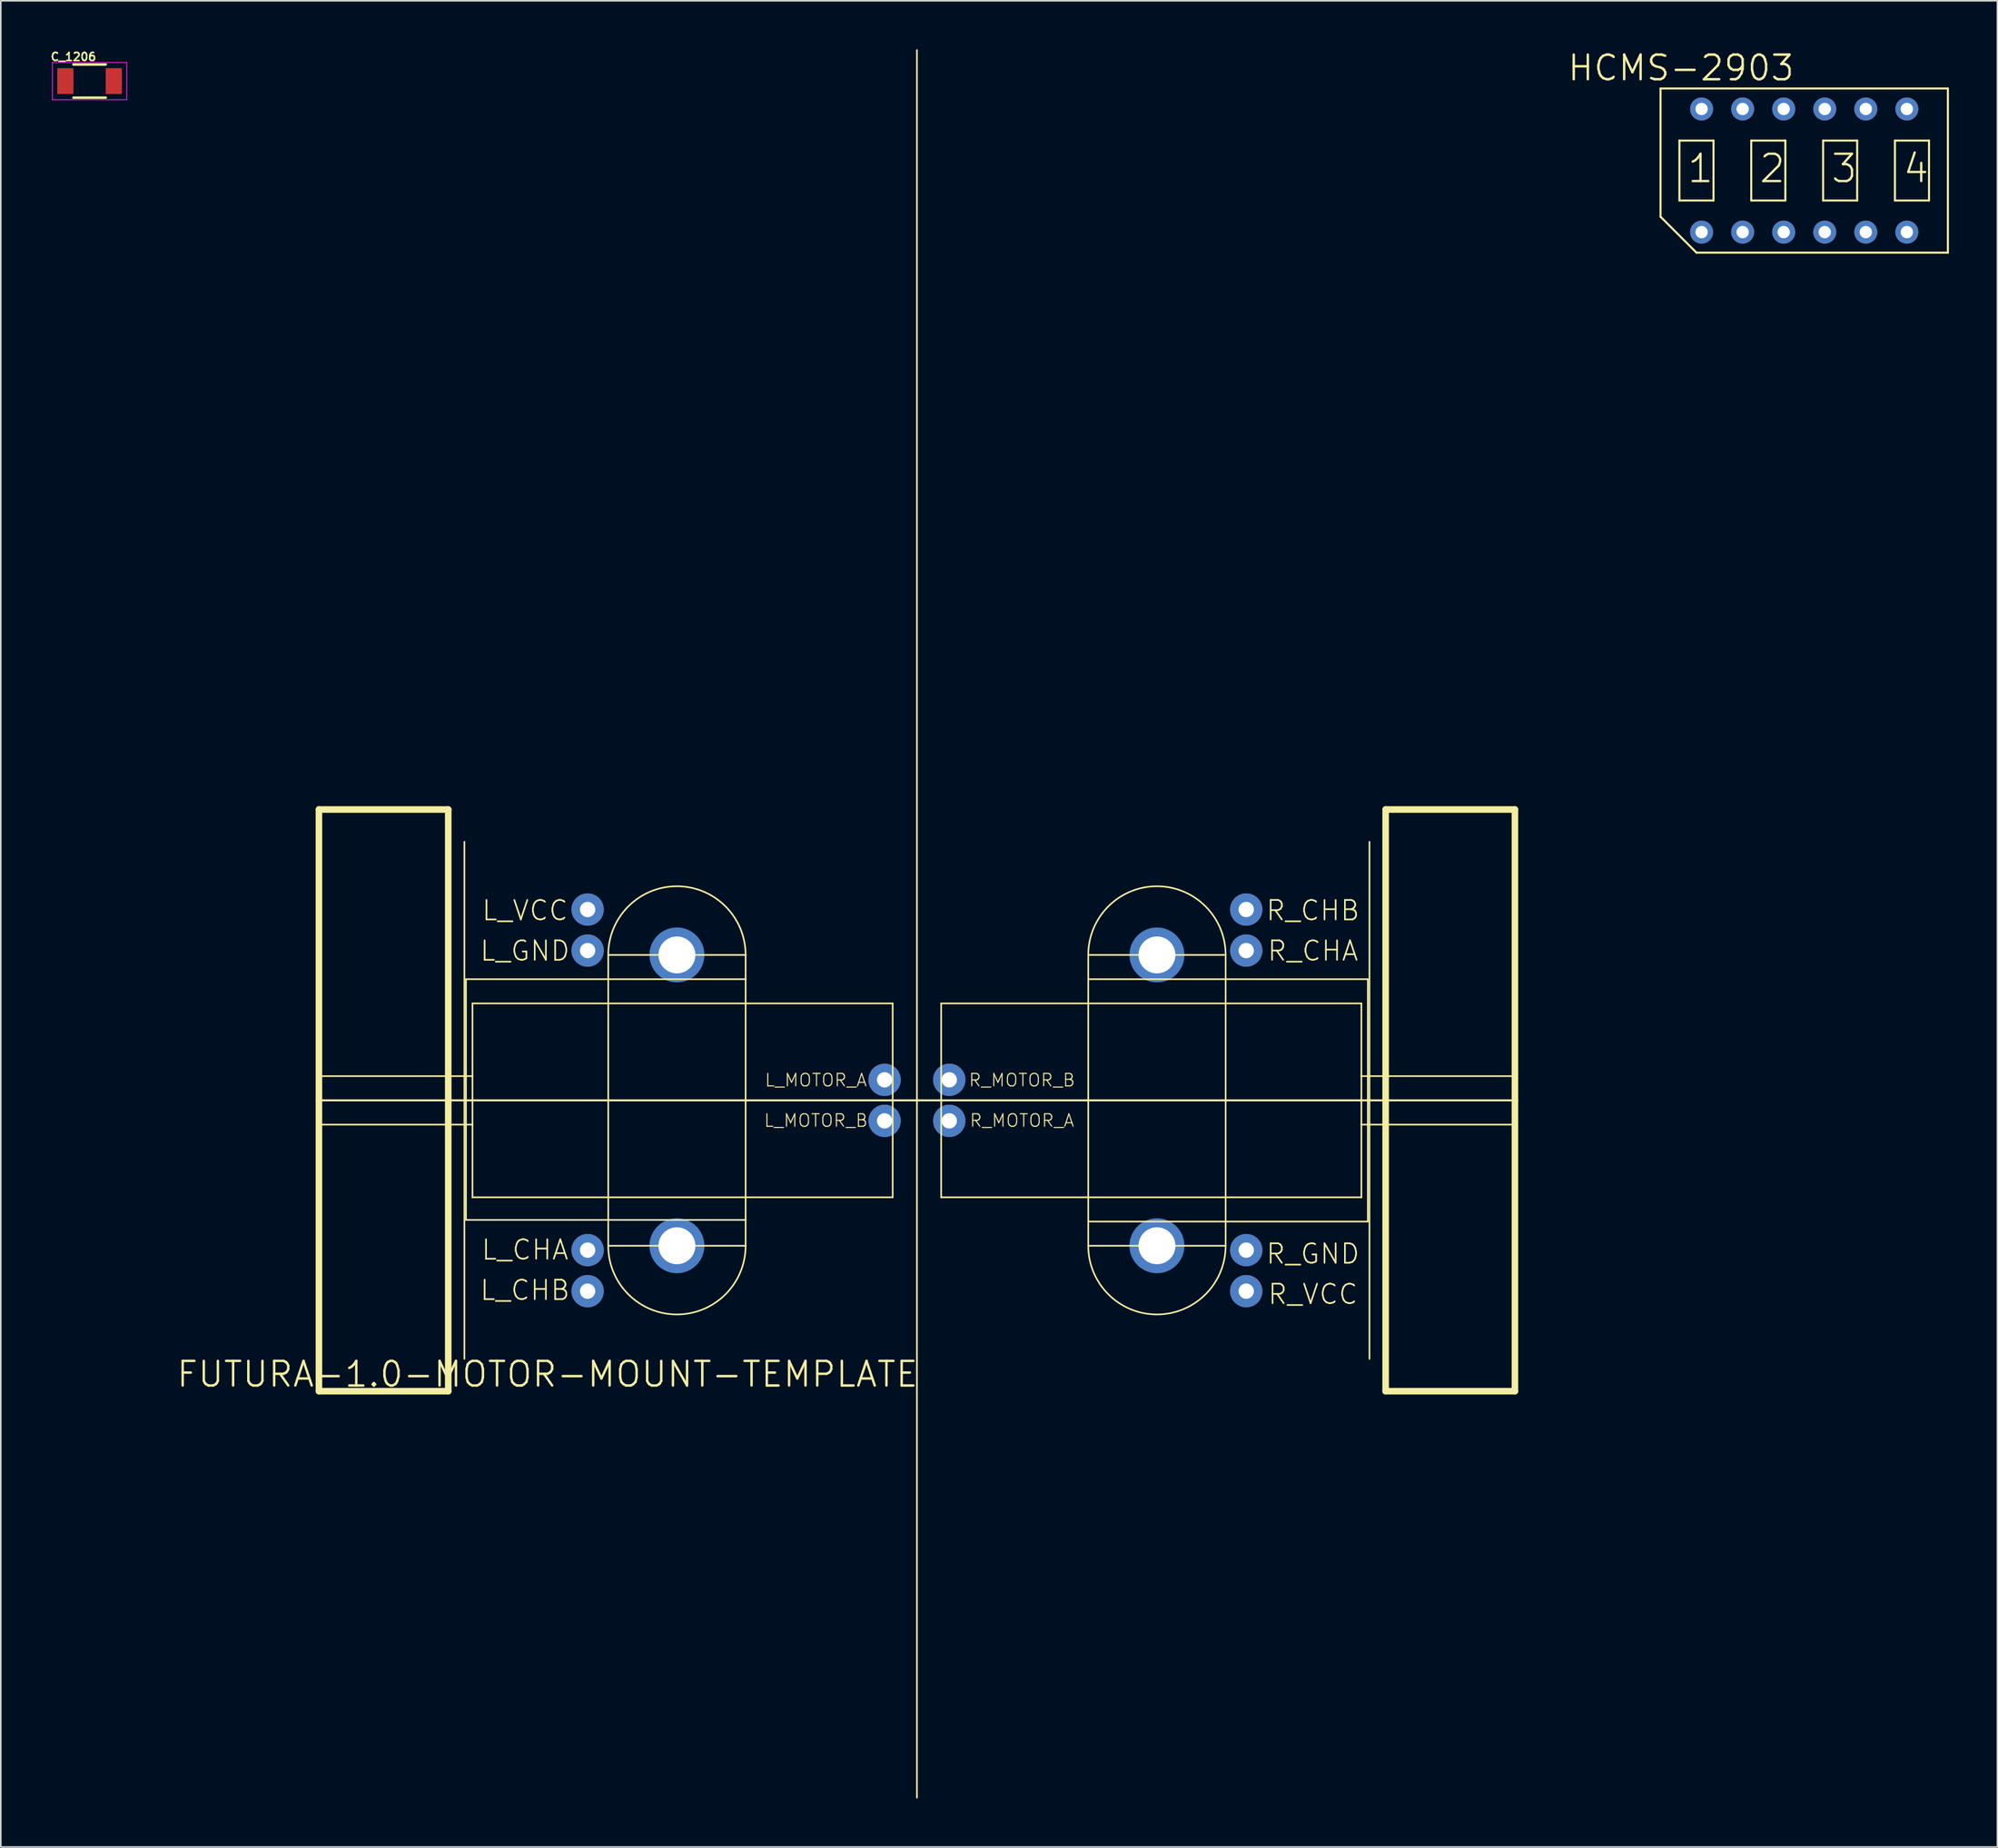
<source format=kicad_pcb>
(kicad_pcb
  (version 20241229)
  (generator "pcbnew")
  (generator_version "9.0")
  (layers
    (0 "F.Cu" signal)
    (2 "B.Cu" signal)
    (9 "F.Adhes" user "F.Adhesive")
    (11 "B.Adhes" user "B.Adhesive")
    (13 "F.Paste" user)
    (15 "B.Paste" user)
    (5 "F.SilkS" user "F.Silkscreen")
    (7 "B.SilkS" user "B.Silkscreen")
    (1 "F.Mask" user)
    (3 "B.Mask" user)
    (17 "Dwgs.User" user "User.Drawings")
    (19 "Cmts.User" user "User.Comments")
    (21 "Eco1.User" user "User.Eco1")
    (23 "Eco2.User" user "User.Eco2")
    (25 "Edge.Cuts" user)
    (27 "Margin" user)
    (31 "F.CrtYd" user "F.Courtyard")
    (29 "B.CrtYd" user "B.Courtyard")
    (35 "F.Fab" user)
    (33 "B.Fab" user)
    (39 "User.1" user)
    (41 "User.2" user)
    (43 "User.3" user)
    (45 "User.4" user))
  (footprint "C_1206"
    (layer "F.Cu")
    (at 2.493 1.968)
    (property "Reference" "C_1206" (at -1 -1.5 0) (layer "F.SilkS") (effects (font (size 0.5 0.5) (thickness 0.1))))
    (attr smd)
    (fp_line (start -1 1.025) (end 1 1.025) (stroke (width 0.15) (type solid)) (layer "F.SilkS"))
    (fp_line (start 1 -1.025) (end -1 -1.025) (stroke (width 0.15) (type solid)) (layer "F.SilkS"))
    (fp_line (start -2.3 -1.15) (end -2.3 1.15) (stroke (width 0.05) (type solid)) (layer "F.CrtYd"))
    (fp_line (start -2.3 -1.15) (end 2.3 -1.15) (stroke (width 0.05) (type solid)) (layer "F.CrtYd"))
    (fp_line (start -2.3 1.15) (end 2.3 1.15) (stroke (width 0.05) (type solid)) (layer "F.CrtYd"))
    (fp_line (start 2.3 -1.15) (end 2.3 1.15) (stroke (width 0.05) (type solid)) (layer "F.CrtYd"))
    (pad "1" smd rect (at -1.5 0) (size 1 1.6) (layers "F.Cu" "F.Mask" "F.Paste"))
    (pad "2" smd rect (at 1.5 0) (size 1 1.6) (layers "F.Cu" "F.Mask" "F.Paste")))
  (footprint "FUTURA-1.0-MOTOR-MOUNT-TEMPLATE"
    (layer "F.Cu")
    (at 53.683 101.05)
    (property "Reference" "FUTURA-1.0-MOTOR-MOUNT-TEMPLATE" (at -22.86 -19.05 0) (layer "F.SilkS") (effects (font (size 1.524 1.524) (thickness 0.15))))
    (attr through_hole)
    (fp_circle (center -14.85 -45) (end -13.45 -45) (stroke (width 0.6) (type solid)) (fill no) (layer "B.Cu"))
    (fp_circle (center -14.85 -27) (end -13.45 -27) (stroke (width 0.6) (type solid)) (fill no) (layer "B.Cu"))
    (fp_circle (center 14.85 -45) (end 16.25 -45) (stroke (width 0.6) (type solid)) (fill no) (layer "B.Cu"))
    (fp_circle (center 14.85 -27) (end 16.25 -27) (stroke (width 0.6) (type solid)) (fill no) (layer "B.Cu"))
    (fp_line (start -37 -54) (end -29 -54) (stroke (width 0.406) (type solid)) (layer "F.SilkS"))
    (fp_line (start -37 -36) (end -37 -54) (stroke (width 0.406) (type solid)) (layer "F.SilkS"))
    (fp_line (start -37 -36) (end -37 -37.5) (stroke (width 0.1) (type solid)) (layer "F.SilkS"))
    (fp_line (start -37 -36) (end 37 -36) (stroke (width 0.127) (type solid)) (layer "F.SilkS"))
    (fp_line (start -37 -34.5) (end -37 -36) (stroke (width 0.1) (type solid)) (layer "F.SilkS"))
    (fp_line (start -37 -18) (end -37 -36) (stroke (width 0.406) (type solid)) (layer "F.SilkS"))
    (fp_line (start -36.99 -34.5) (end -27.5 -34.5) (stroke (width 0.1) (type solid)) (layer "F.SilkS"))
    (fp_line (start -29 -54) (end -29 -18) (stroke (width 0.406) (type solid)) (layer "F.SilkS"))
    (fp_line (start -29 -18) (end -37 -18) (stroke (width 0.406) (type solid)) (layer "F.SilkS"))
    (fp_line (start -28 -52) (end -28 -20) (stroke (width 0.1) (type solid)) (layer "F.SilkS"))
    (fp_line (start -27.9 -43.5) (end -27.9 -28.6) (stroke (width 0.1) (type solid)) (layer "F.SilkS"))
    (fp_line (start -27.9 -28.6) (end -19.1 -28.6) (stroke (width 0.1) (type solid)) (layer "F.SilkS"))
    (fp_line (start -27.5 -42) (end -27.5 -37.5) (stroke (width 0.1) (type solid)) (layer "F.SilkS"))
    (fp_line (start -27.5 -37.5) (end -36.99 -37.5) (stroke (width 0.1) (type solid)) (layer "F.SilkS"))
    (fp_line (start -27.5 -37.5) (end -27.5 -34.5) (stroke (width 0.1) (type solid)) (layer "F.SilkS"))
    (fp_line (start -27.5 -34.5) (end -27.5 -30) (stroke (width 0.1) (type solid)) (layer "F.SilkS"))
    (fp_line (start -27.5 -30) (end -1.5 -30) (stroke (width 0.1) (type solid)) (layer "F.SilkS"))
    (fp_line (start -19.1 -45) (end -19.1 -43.5) (stroke (width 0.1) (type solid)) (layer "F.SilkS"))
    (fp_line (start -19.1 -45) (end -10.6 -45) (stroke (width 0.1) (type solid)) (layer "F.SilkS"))
    (fp_line (start -19.1 -43.5) (end -27.9 -43.5) (stroke (width 0.1) (type solid)) (layer "F.SilkS"))
    (fp_line (start -19.1 -28.6) (end -19.1 -43.5) (stroke (width 0.1) (type solid)) (layer "F.SilkS"))
    (fp_line (start -19.1 -28.6) (end -19.1 -27) (stroke (width 0.1) (type solid)) (layer "F.SilkS"))
    (fp_line (start -19.1 -28.6) (end -10.6 -28.6) (stroke (width 0.1) (type solid)) (layer "F.SilkS"))
    (fp_line (start -19.1 -27) (end -10.6 -27) (stroke (width 0.1) (type solid)) (layer "F.SilkS"))
    (fp_line (start -10.6 -45) (end -10.6 -43.5) (stroke (width 0.1) (type solid)) (layer "F.SilkS"))
    (fp_line (start -10.6 -43.5) (end -19.1 -43.5) (stroke (width 0.1) (type solid)) (layer "F.SilkS"))
    (fp_line (start -10.6 -28.6) (end -10.6 -43.5) (stroke (width 0.1) (type solid)) (layer "F.SilkS"))
    (fp_line (start -10.6 -27) (end -10.6 -28.6) (stroke (width 0.1) (type solid)) (layer "F.SilkS"))
    (fp_line (start -1.5 -42) (end -27.5 -42) (stroke (width 0.1) (type solid)) (layer "F.SilkS"))
    (fp_line (start -1.5 -30) (end -1.5 -42) (stroke (width 0.1) (type solid)) (layer "F.SilkS"))
    (fp_line (start 0 7.16) (end 0 -101) (stroke (width 0.1) (type solid)) (layer "F.SilkS"))
    (fp_line (start 1.5 -42) (end 1.5 -30) (stroke (width 0.1) (type solid)) (layer "F.SilkS"))
    (fp_line (start 1.5 -30) (end 27.5 -30) (stroke (width 0.1) (type solid)) (layer "F.SilkS"))
    (fp_line (start 10.6 -45) (end 10.6 -43.5) (stroke (width 0.1) (type solid)) (layer "F.SilkS"))
    (fp_line (start 10.6 -43.5) (end 10.6 -28.5) (stroke (width 0.1) (type solid)) (layer "F.SilkS"))
    (fp_line (start 10.6 -28.5) (end 19.1 -28.5) (stroke (width 0.1) (type solid)) (layer "F.SilkS"))
    (fp_line (start 10.6 -27) (end 10.6 -28.5) (stroke (width 0.1) (type solid)) (layer "F.SilkS"))
    (fp_line (start 19.1 -45) (end 10.6 -45) (stroke (width 0.1) (type solid)) (layer "F.SilkS"))
    (fp_line (start 19.1 -43.5) (end 10.6 -43.5) (stroke (width 0.1) (type solid)) (layer "F.SilkS"))
    (fp_line (start 19.1 -43.5) (end 19.1 -45) (stroke (width 0.1) (type solid)) (layer "F.SilkS"))
    (fp_line (start 19.1 -43.5) (end 19.1 -28.5) (stroke (width 0.1) (type solid)) (layer "F.SilkS"))
    (fp_line (start 19.1 -28.5) (end 27.9 -28.5) (stroke (width 0.1) (type solid)) (layer "F.SilkS"))
    (fp_line (start 19.1 -27) (end 10.6 -27) (stroke (width 0.1) (type solid)) (layer "F.SilkS"))
    (fp_line (start 19.1 -27) (end 19.1 -28.5) (stroke (width 0.1) (type solid)) (layer "F.SilkS"))
    (fp_line (start 27.5 -42) (end 1.5 -42) (stroke (width 0.1) (type solid)) (layer "F.SilkS"))
    (fp_line (start 27.5 -37.5) (end 27.5 -42) (stroke (width 0.1) (type solid)) (layer "F.SilkS"))
    (fp_line (start 27.5 -34.5) (end 27.5 -37.5) (stroke (width 0.1) (type solid)) (layer "F.SilkS"))
    (fp_line (start 27.5 -34.5) (end 36.99 -34.5) (stroke (width 0.1) (type solid)) (layer "F.SilkS"))
    (fp_line (start 27.5 -30) (end 27.5 -34.5) (stroke (width 0.1) (type solid)) (layer "F.SilkS"))
    (fp_line (start 27.9 -43.5) (end 19.1 -43.5) (stroke (width 0.1) (type solid)) (layer "F.SilkS"))
    (fp_line (start 27.9 -28.5) (end 27.9 -43.5) (stroke (width 0.1) (type solid)) (layer "F.SilkS"))
    (fp_line (start 28 -20) (end 28 -52) (stroke (width 0.1) (type solid)) (layer "F.SilkS"))
    (fp_line (start 29 -54) (end 37 -54) (stroke (width 0.406) (type solid)) (layer "F.SilkS"))
    (fp_line (start 29 -18) (end 29 -54) (stroke (width 0.406) (type solid)) (layer "F.SilkS"))
    (fp_line (start 36.99 -37.5) (end 27.5 -37.5) (stroke (width 0.1) (type solid)) (layer "F.SilkS"))
    (fp_line (start 37 -54) (end 37 -36) (stroke (width 0.406) (type solid)) (layer "F.SilkS"))
    (fp_line (start 37 -37.5) (end 37 -36) (stroke (width 0.1) (type solid)) (layer "F.SilkS"))
    (fp_line (start 37 -36) (end 37 -34.5) (stroke (width 0.1) (type solid)) (layer "F.SilkS"))
    (fp_line (start 37 -36) (end 37 -18) (stroke (width 0.406) (type solid)) (layer "F.SilkS"))
    (fp_line (start 37 -18) (end 29 -18) (stroke (width 0.406) (type solid)) (layer "F.SilkS"))
    (fp_arc (start -19.1 -45) (mid -14.85 -49.25) (end -10.6 -45) (stroke (width 0.1) (type solid)) (layer "F.SilkS"))
    (fp_arc (start -10.6 -27) (mid -14.85 -22.75) (end -19.1 -27) (stroke (width 0.1) (type solid)) (layer "F.SilkS"))
    (fp_arc (start 10.6 -45) (mid 14.85 -49.25) (end 19.1 -45) (stroke (width 0.1) (type solid)) (layer "F.SilkS"))
    (fp_arc (start 19.1 -27) (mid 14.85 -22.75) (end 10.6 -27) (stroke (width 0.1) (type solid)) (layer "F.SilkS"))
    (fp_text user "L_CHB" (at -24.25 -24.25 0) (layer "F.SilkS") (effects (font (size 1.206 1.206) (thickness 0.102))))
    (fp_text user "R_MOTOR_B" (at 6.5 -37.25 0) (layer "F.SilkS") (effects (font (size 0.772 0.772) (thickness 0.065))))
    (fp_text user "R_CHB" (at 24.5 -47.75 0) (layer "F.SilkS") (effects (font (size 1.206 1.206) (thickness 0.102))))
    (fp_text user "R_MOTOR_A" (at 6.5 -34.75 0) (layer "F.SilkS") (effects (font (size 0.772 0.772) (thickness 0.065))))
    (fp_text user "R_CHA" (at 24.5 -45.25 0) (layer "F.SilkS") (effects (font (size 1.206 1.206) (thickness 0.102))))
    (fp_text user "R_GND" (at 24.5 -26.5 0) (layer "F.SilkS") (effects (font (size 1.206 1.206) (thickness 0.102))))
    (fp_text user "L_CHA" (at -24.25 -26.75 0) (layer "F.SilkS") (effects (font (size 1.206 1.206) (thickness 0.102))))
    (fp_text user "L_VCC" (at -24.25 -47.75 0) (layer "F.SilkS") (effects (font (size 1.206 1.206) (thickness 0.102))))
    (fp_text user "L_MOTOR_A" (at -6.25 -37.25 0) (layer "F.SilkS") (effects (font (size 0.772 0.772) (thickness 0.065))))
    (fp_text user "L_MOTOR_B" (at -6.25 -34.75 0) (layer "F.SilkS") (effects (font (size 0.772 0.772) (thickness 0.065))))
    (fp_text user "R_VCC" (at 24.5 -24 0) (layer "F.SilkS") (effects (font (size 1.206 1.206) (thickness 0.102))))
    (fp_text user "L_GND" (at -24.25 -45.25 0) (layer "F.SilkS") (effects (font (size 1.206 1.206) (thickness 0.102))))
    (pad "" np_thru_hole circle (at -14.85 -45) (size 2.286 2.286) (drill 2.286) (layers "*.Cu"))
    (pad "" np_thru_hole circle (at -14.85 -27) (size 2.286 2.286) (drill 2.286) (layers "*.Cu"))
    (pad "" np_thru_hole circle (at 14.85 -45) (size 2.286 2.286) (drill 2.286) (layers "*.Cu"))
    (pad "" np_thru_hole circle (at 14.85 -27) (size 2.286 2.286) (drill 2.286) (layers "*.Cu"))
    (pad "L_CA" thru_hole circle (at -20.375 -26.73) (size 2 2) (drill 0.95) (layers "*.Cu" "*.Mask"))
    (pad "L_CB" thru_hole circle (at -20.375 -24.19) (size 2 2) (drill 0.95) (layers "*.Cu" "*.Mask"))
    (pad "L_GN" thru_hole circle (at -20.375 -45.27) (size 2 2) (drill 0.95) (layers "*.Cu" "*.Mask"))
    (pad "L_MA" thru_hole circle (at -2 -37.27) (size 2 2) (drill 0.95) (layers "*.Cu" "*.Mask"))
    (pad "L_MB" thru_hole circle (at -2 -34.73) (size 2 2) (drill 0.95) (layers "*.Cu" "*.Mask"))
    (pad "L_VC" thru_hole circle (at -20.375 -47.81) (size 2 2) (drill 0.95) (layers "*.Cu" "*.Mask"))
    (pad "R_CA" thru_hole circle (at 20.375 -45.27) (size 2 2) (drill 0.95) (layers "*.Cu" "*.Mask"))
    (pad "R_CB" thru_hole circle (at 20.375 -47.81) (size 2 2) (drill 0.95) (layers "*.Cu" "*.Mask"))
    (pad "R_GN" thru_hole circle (at 20.375 -26.73) (size 2 2) (drill 0.95) (layers "*.Cu" "*.Mask"))
    (pad "R_MA" thru_hole circle (at 2 -37.27) (size 2 2) (drill 0.95) (layers "*.Cu" "*.Mask"))
    (pad "R_MB" thru_hole circle (at 2 -34.73) (size 2 2) (drill 0.95) (layers "*.Cu" "*.Mask"))
    (pad "R_VC" thru_hole circle (at 20.375 -24.19) (size 2 2) (drill 0.95) (layers "*.Cu" "*.Mask")))
  (footprint "HCMS-2903"
    (layer "F.Cu")
    (at 108.582 7.505)
    (property "Reference" "HCMS-2903" (at -7.62 -6.35 0) (layer "F.SilkS") (effects (font (size 1.524 1.524) (thickness 0.15))))
    (attr through_hole)
    (fp_line (start -8.89 -5.08) (end -8.89 2.857) (stroke (width 0.127) (type solid)) (layer "F.SilkS"))
    (fp_line (start -8.89 2.857) (end -6.668 5.08) (stroke (width 0.127) (type solid)) (layer "F.SilkS"))
    (fp_line (start -7.722 -1.854) (end -7.722 1.854) (stroke (width 0.127) (type solid)) (layer "F.SilkS"))
    (fp_line (start -7.722 1.854) (end -5.613 1.854) (stroke (width 0.127) (type solid)) (layer "F.SilkS"))
    (fp_line (start -6.668 5.08) (end 8.89 5.08) (stroke (width 0.127) (type solid)) (layer "F.SilkS"))
    (fp_line (start -5.613 -1.854) (end -7.722 -1.854) (stroke (width 0.127) (type solid)) (layer "F.SilkS"))
    (fp_line (start -5.613 1.854) (end -5.613 -1.854) (stroke (width 0.127) (type solid)) (layer "F.SilkS"))
    (fp_line (start -3.277 -1.854) (end -3.277 1.854) (stroke (width 0.127) (type solid)) (layer "F.SilkS"))
    (fp_line (start -3.277 1.854) (end -1.168 1.854) (stroke (width 0.127) (type solid)) (layer "F.SilkS"))
    (fp_line (start -1.168 -1.854) (end -3.277 -1.854) (stroke (width 0.127) (type solid)) (layer "F.SilkS"))
    (fp_line (start -1.168 1.854) (end -1.168 -1.854) (stroke (width 0.127) (type solid)) (layer "F.SilkS"))
    (fp_line (start 1.168 -1.854) (end 1.168 1.854) (stroke (width 0.127) (type solid)) (layer "F.SilkS"))
    (fp_line (start 1.168 1.854) (end 3.277 1.854) (stroke (width 0.127) (type solid)) (layer "F.SilkS"))
    (fp_line (start 3.277 -1.854) (end 1.168 -1.854) (stroke (width 0.127) (type solid)) (layer "F.SilkS"))
    (fp_line (start 3.277 1.854) (end 3.277 -1.854) (stroke (width 0.127) (type solid)) (layer "F.SilkS"))
    (fp_line (start 5.613 -1.854) (end 5.613 1.854) (stroke (width 0.127) (type solid)) (layer "F.SilkS"))
    (fp_line (start 5.613 1.854) (end 7.722 1.854) (stroke (width 0.127) (type solid)) (layer "F.SilkS"))
    (fp_line (start 7.722 -1.854) (end 5.613 -1.854) (stroke (width 0.127) (type solid)) (layer "F.SilkS"))
    (fp_line (start 7.722 1.854) (end 7.722 -1.854) (stroke (width 0.127) (type solid)) (layer "F.SilkS"))
    (fp_line (start 8.89 -5.08) (end -8.89 -5.08) (stroke (width 0.127) (type solid)) (layer "F.SilkS"))
    (fp_line (start 8.89 5.08) (end 8.89 -5.08) (stroke (width 0.127) (type solid)) (layer "F.SilkS"))
    (fp_text user "2" (at -2.87 0.864 0) (layer "F.SilkS") (effects (font (size 1.689 1.689) (thickness 0.142)) (justify left bottom)))
    (fp_text user "3" (at 1.575 0.864 0) (layer "F.SilkS") (effects (font (size 1.689 1.689) (thickness 0.142)) (justify left bottom)))
    (fp_text user "4" (at 6.02 0.864 0) (layer "F.SilkS") (effects (font (size 1.689 1.689) (thickness 0.142)) (justify left bottom)))
    (fp_text user "1" (at -7.315 0.864 0) (layer "F.SilkS") (effects (font (size 1.689 1.689) (thickness 0.142)) (justify left bottom)))
    (pad "BLAN" thru_hole circle (at 3.81 -3.81) (size 1.422 1.422) (drill 0.762) (layers "*.Cu" "*.Mask"))
    (pad "CE" thru_hole circle (at 6.35 -3.81) (size 1.422 1.422) (drill 0.762) (layers "*.Cu" "*.Mask"))
    (pad "CLK" thru_hole circle (at 6.35 3.81) (size 1.422 1.422) (drill 0.762) (layers "*.Cu" "*.Mask"))
    (pad "DATA" thru_hole circle (at -6.35 3.81) (size 1.422 1.422) (drill 0.762) (layers "*.Cu" "*.Mask"))
    (pad "DATA" thru_hole circle (at 1.27 3.81) (size 1.422 1.422) (drill 0.762) (layers "*.Cu" "*.Mask"))
    (pad "GND" thru_hole circle (at 1.27 -3.81) (size 1.422 1.422) (drill 0.762) (layers "*.Cu" "*.Mask"))
    (pad "OSC" thru_hole circle (at -3.81 3.81 90) (size 1.422 1.422) (drill 0.762) (layers "*.Cu" "*.Mask"))
    (pad "RESE" thru_hole circle (at -6.35 -3.81) (size 1.422 1.422) (drill 0.762) (layers "*.Cu" "*.Mask"))
    (pad "RS" thru_hole circle (at 3.81 3.81) (size 1.422 1.422) (drill 0.762) (layers "*.Cu" "*.Mask"))
    (pad "SEL" thru_hole circle (at -1.27 -3.81) (size 1.422 1.422) (drill 0.762) (layers "*.Cu" "*.Mask"))
    (pad "V_LE" thru_hole circle (at -1.27 3.81) (size 1.422 1.422) (drill 0.762) (layers "*.Cu" "*.Mask"))
    (pad "V_LO" thru_hole circle (at -3.81 -3.81) (size 1.422 1.422) (drill 0.762) (layers "*.Cu" "*.Mask")))
  (gr_rect
    (start -3 -3)
    (end 120.535 111.26)
    (stroke (width 0.1) (type default))
    (fill no)
    (layer "Edge.Cuts")))
</source>
